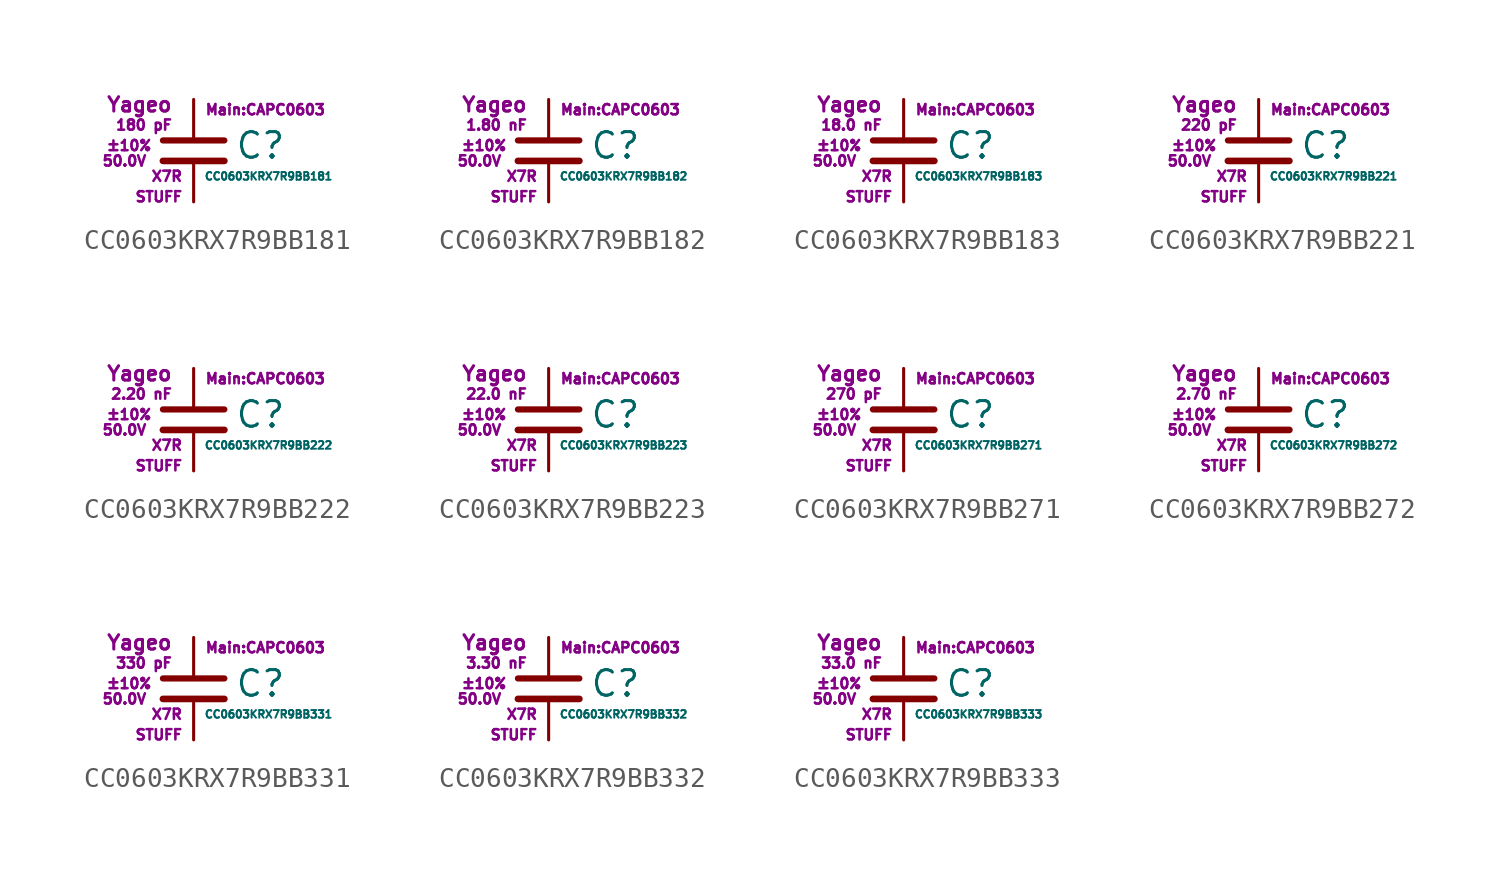
<source format=kicad_sym>
(kicad_symbol_lib
  (version 20211014)
  (generator kicad_symbol_editor)
  (symbol "CC0603KRX7R9BB181"
    (pin_numbers hide)
    (pin_names
      (offset 0.254) hide)
    (property "Reference" "C"
      (at 2.032 0.254 0)
      (effects (font (size 1.27 1.27)) (justify left)))
    (property "Value" "CC0603KRX7R9BB181"
      (at 0.508 -1.27 0)
      (effects (font (size 0.381 0.381)) (justify left)))
    (property "Footprint" "Main:CAPC0603"
      (at 3.556 2.032 0)
      (effects (font (size 0.508 0.508))))
    (property "Datasheet" ""
      (at 0.762 0.508 0)
      (effects (font (size 1.27 1.27))))
    (property "Manufacturer" "Yageo"
      (at -1.016 2.286 0)
      (effects (font (size 0.711 0.711)) (justify right)))
    (property "SKU" "STUFF"
      (at -0.508 -2.286 0)
      (effects (font (size 0.508 0.508)) (justify right)))
    (property "C" "180 pF"
      (at -1.016 1.27 0)
      (effects (font (size 0.508 0.508)) (justify right)))
    (property "Tol" "±10%"
      (at -2.032 0.254 0)
      (effects (font (size 0.508 0.508)) (justify right)))
    (property "Vmax" "50.0V"
      (at -2.286 -0.508 0)
      (effects (font (size 0.508 0.508)) (justify right)))
    (property "Type" "X7R"
      (at -0.508 -1.27 0)
      (effects (font (size 0.508 0.508)) (justify right)))
    (symbol "CC0603KRX7R9BB181_0_1"
      (polyline (pts (xy -1.524 -0.508) (xy 1.524 -0.508)) (stroke (width 0.33) (type default) (color 0 0 0 0)) (fill (type none)))
      (polyline (pts (xy -1.524 0.508) (xy 1.524 0.508)) (stroke (width 0.305) (type default) (color 0 0 0 0)) (fill (type none))))
    (symbol "CC0603KRX7R9BB181_1_1"
      (pin passive line (at 0 2.54 270) (length 1.905) (name "~" (effects (font (size 1.016 1.016)))) (number "1" (effects (font (size 1.016 1.016)))))
      (pin passive line (at 0 -2.54 90) (length 2.032) (name "~" (effects (font (size 1.016 1.016)))) (number "2" (effects (font (size 1.016 1.016)))))))
  (symbol "CC0603KRX7R9BB182"
    (pin_numbers hide)
    (pin_names
      (offset 0.254) hide)
    (property "Reference" "C"
      (at 2.032 0.254 0)
      (effects (font (size 1.27 1.27)) (justify left)))
    (property "Value" "CC0603KRX7R9BB182"
      (at 0.508 -1.27 0)
      (effects (font (size 0.381 0.381)) (justify left)))
    (property "Footprint" "Main:CAPC0603"
      (at 3.556 2.032 0)
      (effects (font (size 0.508 0.508))))
    (property "Datasheet" ""
      (at 0.762 0.508 0)
      (effects (font (size 1.27 1.27))))
    (property "Manufacturer" "Yageo"
      (at -1.016 2.286 0)
      (effects (font (size 0.711 0.711)) (justify right)))
    (property "SKU" "STUFF"
      (at -0.508 -2.286 0)
      (effects (font (size 0.508 0.508)) (justify right)))
    (property "C" "1.80 nF"
      (at -1.016 1.27 0)
      (effects (font (size 0.508 0.508)) (justify right)))
    (property "Tol" "±10%"
      (at -2.032 0.254 0)
      (effects (font (size 0.508 0.508)) (justify right)))
    (property "Vmax" "50.0V"
      (at -2.286 -0.508 0)
      (effects (font (size 0.508 0.508)) (justify right)))
    (property "Type" "X7R"
      (at -0.508 -1.27 0)
      (effects (font (size 0.508 0.508)) (justify right)))
    (symbol "CC0603KRX7R9BB182_0_1"
      (polyline (pts (xy -1.524 -0.508) (xy 1.524 -0.508)) (stroke (width 0.33) (type default) (color 0 0 0 0)) (fill (type none)))
      (polyline (pts (xy -1.524 0.508) (xy 1.524 0.508)) (stroke (width 0.305) (type default) (color 0 0 0 0)) (fill (type none))))
    (symbol "CC0603KRX7R9BB182_1_1"
      (pin passive line (at 0 2.54 270) (length 1.905) (name "~" (effects (font (size 1.016 1.016)))) (number "1" (effects (font (size 1.016 1.016)))))
      (pin passive line (at 0 -2.54 90) (length 2.032) (name "~" (effects (font (size 1.016 1.016)))) (number "2" (effects (font (size 1.016 1.016)))))))
  (symbol "CC0603KRX7R9BB183"
    (pin_numbers hide)
    (pin_names
      (offset 0.254) hide)
    (property "Reference" "C"
      (at 2.032 0.254 0)
      (effects (font (size 1.27 1.27)) (justify left)))
    (property "Value" "CC0603KRX7R9BB183"
      (at 0.508 -1.27 0)
      (effects (font (size 0.381 0.381)) (justify left)))
    (property "Footprint" "Main:CAPC0603"
      (at 3.556 2.032 0)
      (effects (font (size 0.508 0.508))))
    (property "Datasheet" ""
      (at 0.762 0.508 0)
      (effects (font (size 1.27 1.27))))
    (property "Manufacturer" "Yageo"
      (at -1.016 2.286 0)
      (effects (font (size 0.711 0.711)) (justify right)))
    (property "SKU" "STUFF"
      (at -0.508 -2.286 0)
      (effects (font (size 0.508 0.508)) (justify right)))
    (property "C" "18.0 nF"
      (at -1.016 1.27 0)
      (effects (font (size 0.508 0.508)) (justify right)))
    (property "Tol" "±10%"
      (at -2.032 0.254 0)
      (effects (font (size 0.508 0.508)) (justify right)))
    (property "Vmax" "50.0V"
      (at -2.286 -0.508 0)
      (effects (font (size 0.508 0.508)) (justify right)))
    (property "Type" "X7R"
      (at -0.508 -1.27 0)
      (effects (font (size 0.508 0.508)) (justify right)))
    (symbol "CC0603KRX7R9BB183_0_1"
      (polyline (pts (xy -1.524 -0.508) (xy 1.524 -0.508)) (stroke (width 0.33) (type default) (color 0 0 0 0)) (fill (type none)))
      (polyline (pts (xy -1.524 0.508) (xy 1.524 0.508)) (stroke (width 0.305) (type default) (color 0 0 0 0)) (fill (type none))))
    (symbol "CC0603KRX7R9BB183_1_1"
      (pin passive line (at 0 2.54 270) (length 1.905) (name "~" (effects (font (size 1.016 1.016)))) (number "1" (effects (font (size 1.016 1.016)))))
      (pin passive line (at 0 -2.54 90) (length 2.032) (name "~" (effects (font (size 1.016 1.016)))) (number "2" (effects (font (size 1.016 1.016)))))))
  (symbol "CC0603KRX7R9BB221"
    (pin_numbers hide)
    (pin_names
      (offset 0.254) hide)
    (property "Reference" "C"
      (at 2.032 0.254 0)
      (effects (font (size 1.27 1.27)) (justify left)))
    (property "Value" "CC0603KRX7R9BB221"
      (at 0.508 -1.27 0)
      (effects (font (size 0.381 0.381)) (justify left)))
    (property "Footprint" "Main:CAPC0603"
      (at 3.556 2.032 0)
      (effects (font (size 0.508 0.508))))
    (property "Datasheet" ""
      (at 0.762 0.508 0)
      (effects (font (size 1.27 1.27))))
    (property "Manufacturer" "Yageo"
      (at -1.016 2.286 0)
      (effects (font (size 0.711 0.711)) (justify right)))
    (property "SKU" "STUFF"
      (at -0.508 -2.286 0)
      (effects (font (size 0.508 0.508)) (justify right)))
    (property "C" "220 pF"
      (at -1.016 1.27 0)
      (effects (font (size 0.508 0.508)) (justify right)))
    (property "Tol" "±10%"
      (at -2.032 0.254 0)
      (effects (font (size 0.508 0.508)) (justify right)))
    (property "Vmax" "50.0V"
      (at -2.286 -0.508 0)
      (effects (font (size 0.508 0.508)) (justify right)))
    (property "Type" "X7R"
      (at -0.508 -1.27 0)
      (effects (font (size 0.508 0.508)) (justify right)))
    (symbol "CC0603KRX7R9BB221_0_1"
      (polyline (pts (xy -1.524 -0.508) (xy 1.524 -0.508)) (stroke (width 0.33) (type default) (color 0 0 0 0)) (fill (type none)))
      (polyline (pts (xy -1.524 0.508) (xy 1.524 0.508)) (stroke (width 0.305) (type default) (color 0 0 0 0)) (fill (type none))))
    (symbol "CC0603KRX7R9BB221_1_1"
      (pin passive line (at 0 2.54 270) (length 1.905) (name "~" (effects (font (size 1.016 1.016)))) (number "1" (effects (font (size 1.016 1.016)))))
      (pin passive line (at 0 -2.54 90) (length 2.032) (name "~" (effects (font (size 1.016 1.016)))) (number "2" (effects (font (size 1.016 1.016)))))))
  (symbol "CC0603KRX7R9BB222"
    (pin_numbers hide)
    (pin_names
      (offset 0.254) hide)
    (property "Reference" "C"
      (at 2.032 0.254 0)
      (effects (font (size 1.27 1.27)) (justify left)))
    (property "Value" "CC0603KRX7R9BB222"
      (at 0.508 -1.27 0)
      (effects (font (size 0.381 0.381)) (justify left)))
    (property "Footprint" "Main:CAPC0603"
      (at 3.556 2.032 0)
      (effects (font (size 0.508 0.508))))
    (property "Datasheet" ""
      (at 0.762 0.508 0)
      (effects (font (size 1.27 1.27))))
    (property "Manufacturer" "Yageo"
      (at -1.016 2.286 0)
      (effects (font (size 0.711 0.711)) (justify right)))
    (property "SKU" "STUFF"
      (at -0.508 -2.286 0)
      (effects (font (size 0.508 0.508)) (justify right)))
    (property "C" "2.20 nF"
      (at -1.016 1.27 0)
      (effects (font (size 0.508 0.508)) (justify right)))
    (property "Tol" "±10%"
      (at -2.032 0.254 0)
      (effects (font (size 0.508 0.508)) (justify right)))
    (property "Vmax" "50.0V"
      (at -2.286 -0.508 0)
      (effects (font (size 0.508 0.508)) (justify right)))
    (property "Type" "X7R"
      (at -0.508 -1.27 0)
      (effects (font (size 0.508 0.508)) (justify right)))
    (symbol "CC0603KRX7R9BB222_0_1"
      (polyline (pts (xy -1.524 -0.508) (xy 1.524 -0.508)) (stroke (width 0.33) (type default) (color 0 0 0 0)) (fill (type none)))
      (polyline (pts (xy -1.524 0.508) (xy 1.524 0.508)) (stroke (width 0.305) (type default) (color 0 0 0 0)) (fill (type none))))
    (symbol "CC0603KRX7R9BB222_1_1"
      (pin passive line (at 0 2.54 270) (length 1.905) (name "~" (effects (font (size 1.016 1.016)))) (number "1" (effects (font (size 1.016 1.016)))))
      (pin passive line (at 0 -2.54 90) (length 2.032) (name "~" (effects (font (size 1.016 1.016)))) (number "2" (effects (font (size 1.016 1.016)))))))
  (symbol "CC0603KRX7R9BB223"
    (pin_numbers hide)
    (pin_names
      (offset 0.254) hide)
    (property "Reference" "C"
      (at 2.032 0.254 0)
      (effects (font (size 1.27 1.27)) (justify left)))
    (property "Value" "CC0603KRX7R9BB223"
      (at 0.508 -1.27 0)
      (effects (font (size 0.381 0.381)) (justify left)))
    (property "Footprint" "Main:CAPC0603"
      (at 3.556 2.032 0)
      (effects (font (size 0.508 0.508))))
    (property "Datasheet" ""
      (at 0.762 0.508 0)
      (effects (font (size 1.27 1.27))))
    (property "Manufacturer" "Yageo"
      (at -1.016 2.286 0)
      (effects (font (size 0.711 0.711)) (justify right)))
    (property "SKU" "STUFF"
      (at -0.508 -2.286 0)
      (effects (font (size 0.508 0.508)) (justify right)))
    (property "C" "22.0 nF"
      (at -1.016 1.27 0)
      (effects (font (size 0.508 0.508)) (justify right)))
    (property "Tol" "±10%"
      (at -2.032 0.254 0)
      (effects (font (size 0.508 0.508)) (justify right)))
    (property "Vmax" "50.0V"
      (at -2.286 -0.508 0)
      (effects (font (size 0.508 0.508)) (justify right)))
    (property "Type" "X7R"
      (at -0.508 -1.27 0)
      (effects (font (size 0.508 0.508)) (justify right)))
    (symbol "CC0603KRX7R9BB223_0_1"
      (polyline (pts (xy -1.524 -0.508) (xy 1.524 -0.508)) (stroke (width 0.33) (type default) (color 0 0 0 0)) (fill (type none)))
      (polyline (pts (xy -1.524 0.508) (xy 1.524 0.508)) (stroke (width 0.305) (type default) (color 0 0 0 0)) (fill (type none))))
    (symbol "CC0603KRX7R9BB223_1_1"
      (pin passive line (at 0 2.54 270) (length 1.905) (name "~" (effects (font (size 1.016 1.016)))) (number "1" (effects (font (size 1.016 1.016)))))
      (pin passive line (at 0 -2.54 90) (length 2.032) (name "~" (effects (font (size 1.016 1.016)))) (number "2" (effects (font (size 1.016 1.016)))))))
  (symbol "CC0603KRX7R9BB271"
    (pin_numbers hide)
    (pin_names
      (offset 0.254) hide)
    (property "Reference" "C"
      (at 2.032 0.254 0)
      (effects (font (size 1.27 1.27)) (justify left)))
    (property "Value" "CC0603KRX7R9BB271"
      (at 0.508 -1.27 0)
      (effects (font (size 0.381 0.381)) (justify left)))
    (property "Footprint" "Main:CAPC0603"
      (at 3.556 2.032 0)
      (effects (font (size 0.508 0.508))))
    (property "Datasheet" ""
      (at 0.762 0.508 0)
      (effects (font (size 1.27 1.27))))
    (property "Manufacturer" "Yageo"
      (at -1.016 2.286 0)
      (effects (font (size 0.711 0.711)) (justify right)))
    (property "SKU" "STUFF"
      (at -0.508 -2.286 0)
      (effects (font (size 0.508 0.508)) (justify right)))
    (property "C" "270 pF"
      (at -1.016 1.27 0)
      (effects (font (size 0.508 0.508)) (justify right)))
    (property "Tol" "±10%"
      (at -2.032 0.254 0)
      (effects (font (size 0.508 0.508)) (justify right)))
    (property "Vmax" "50.0V"
      (at -2.286 -0.508 0)
      (effects (font (size 0.508 0.508)) (justify right)))
    (property "Type" "X7R"
      (at -0.508 -1.27 0)
      (effects (font (size 0.508 0.508)) (justify right)))
    (symbol "CC0603KRX7R9BB271_0_1"
      (polyline (pts (xy -1.524 -0.508) (xy 1.524 -0.508)) (stroke (width 0.33) (type default) (color 0 0 0 0)) (fill (type none)))
      (polyline (pts (xy -1.524 0.508) (xy 1.524 0.508)) (stroke (width 0.305) (type default) (color 0 0 0 0)) (fill (type none))))
    (symbol "CC0603KRX7R9BB271_1_1"
      (pin passive line (at 0 2.54 270) (length 1.905) (name "~" (effects (font (size 1.016 1.016)))) (number "1" (effects (font (size 1.016 1.016)))))
      (pin passive line (at 0 -2.54 90) (length 2.032) (name "~" (effects (font (size 1.016 1.016)))) (number "2" (effects (font (size 1.016 1.016)))))))
  (symbol "CC0603KRX7R9BB272"
    (pin_numbers hide)
    (pin_names
      (offset 0.254) hide)
    (property "Reference" "C"
      (at 2.032 0.254 0)
      (effects (font (size 1.27 1.27)) (justify left)))
    (property "Value" "CC0603KRX7R9BB272"
      (at 0.508 -1.27 0)
      (effects (font (size 0.381 0.381)) (justify left)))
    (property "Footprint" "Main:CAPC0603"
      (at 3.556 2.032 0)
      (effects (font (size 0.508 0.508))))
    (property "Datasheet" ""
      (at 0.762 0.508 0)
      (effects (font (size 1.27 1.27))))
    (property "Manufacturer" "Yageo"
      (at -1.016 2.286 0)
      (effects (font (size 0.711 0.711)) (justify right)))
    (property "SKU" "STUFF"
      (at -0.508 -2.286 0)
      (effects (font (size 0.508 0.508)) (justify right)))
    (property "C" "2.70 nF"
      (at -1.016 1.27 0)
      (effects (font (size 0.508 0.508)) (justify right)))
    (property "Tol" "±10%"
      (at -2.032 0.254 0)
      (effects (font (size 0.508 0.508)) (justify right)))
    (property "Vmax" "50.0V"
      (at -2.286 -0.508 0)
      (effects (font (size 0.508 0.508)) (justify right)))
    (property "Type" "X7R"
      (at -0.508 -1.27 0)
      (effects (font (size 0.508 0.508)) (justify right)))
    (symbol "CC0603KRX7R9BB272_0_1"
      (polyline (pts (xy -1.524 -0.508) (xy 1.524 -0.508)) (stroke (width 0.33) (type default) (color 0 0 0 0)) (fill (type none)))
      (polyline (pts (xy -1.524 0.508) (xy 1.524 0.508)) (stroke (width 0.305) (type default) (color 0 0 0 0)) (fill (type none))))
    (symbol "CC0603KRX7R9BB272_1_1"
      (pin passive line (at 0 2.54 270) (length 1.905) (name "~" (effects (font (size 1.016 1.016)))) (number "1" (effects (font (size 1.016 1.016)))))
      (pin passive line (at 0 -2.54 90) (length 2.032) (name "~" (effects (font (size 1.016 1.016)))) (number "2" (effects (font (size 1.016 1.016)))))))
  (symbol "CC0603KRX7R9BB331"
    (pin_numbers hide)
    (pin_names
      (offset 0.254) hide)
    (property "Reference" "C"
      (at 2.032 0.254 0)
      (effects (font (size 1.27 1.27)) (justify left)))
    (property "Value" "CC0603KRX7R9BB331"
      (at 0.508 -1.27 0)
      (effects (font (size 0.381 0.381)) (justify left)))
    (property "Footprint" "Main:CAPC0603"
      (at 3.556 2.032 0)
      (effects (font (size 0.508 0.508))))
    (property "Datasheet" ""
      (at 0.762 0.508 0)
      (effects (font (size 1.27 1.27))))
    (property "Manufacturer" "Yageo"
      (at -1.016 2.286 0)
      (effects (font (size 0.711 0.711)) (justify right)))
    (property "SKU" "STUFF"
      (at -0.508 -2.286 0)
      (effects (font (size 0.508 0.508)) (justify right)))
    (property "C" "330 pF"
      (at -1.016 1.27 0)
      (effects (font (size 0.508 0.508)) (justify right)))
    (property "Tol" "±10%"
      (at -2.032 0.254 0)
      (effects (font (size 0.508 0.508)) (justify right)))
    (property "Vmax" "50.0V"
      (at -2.286 -0.508 0)
      (effects (font (size 0.508 0.508)) (justify right)))
    (property "Type" "X7R"
      (at -0.508 -1.27 0)
      (effects (font (size 0.508 0.508)) (justify right)))
    (symbol "CC0603KRX7R9BB331_0_1"
      (polyline (pts (xy -1.524 -0.508) (xy 1.524 -0.508)) (stroke (width 0.33) (type default) (color 0 0 0 0)) (fill (type none)))
      (polyline (pts (xy -1.524 0.508) (xy 1.524 0.508)) (stroke (width 0.305) (type default) (color 0 0 0 0)) (fill (type none))))
    (symbol "CC0603KRX7R9BB331_1_1"
      (pin passive line (at 0 2.54 270) (length 1.905) (name "~" (effects (font (size 1.016 1.016)))) (number "1" (effects (font (size 1.016 1.016)))))
      (pin passive line (at 0 -2.54 90) (length 2.032) (name "~" (effects (font (size 1.016 1.016)))) (number "2" (effects (font (size 1.016 1.016)))))))
  (symbol "CC0603KRX7R9BB332"
    (pin_numbers hide)
    (pin_names
      (offset 0.254) hide)
    (property "Reference" "C"
      (at 2.032 0.254 0)
      (effects (font (size 1.27 1.27)) (justify left)))
    (property "Value" "CC0603KRX7R9BB332"
      (at 0.508 -1.27 0)
      (effects (font (size 0.381 0.381)) (justify left)))
    (property "Footprint" "Main:CAPC0603"
      (at 3.556 2.032 0)
      (effects (font (size 0.508 0.508))))
    (property "Datasheet" ""
      (at 0.762 0.508 0)
      (effects (font (size 1.27 1.27))))
    (property "Manufacturer" "Yageo"
      (at -1.016 2.286 0)
      (effects (font (size 0.711 0.711)) (justify right)))
    (property "SKU" "STUFF"
      (at -0.508 -2.286 0)
      (effects (font (size 0.508 0.508)) (justify right)))
    (property "C" "3.30 nF"
      (at -1.016 1.27 0)
      (effects (font (size 0.508 0.508)) (justify right)))
    (property "Tol" "±10%"
      (at -2.032 0.254 0)
      (effects (font (size 0.508 0.508)) (justify right)))
    (property "Vmax" "50.0V"
      (at -2.286 -0.508 0)
      (effects (font (size 0.508 0.508)) (justify right)))
    (property "Type" "X7R"
      (at -0.508 -1.27 0)
      (effects (font (size 0.508 0.508)) (justify right)))
    (symbol "CC0603KRX7R9BB332_0_1"
      (polyline (pts (xy -1.524 -0.508) (xy 1.524 -0.508)) (stroke (width 0.33) (type default) (color 0 0 0 0)) (fill (type none)))
      (polyline (pts (xy -1.524 0.508) (xy 1.524 0.508)) (stroke (width 0.305) (type default) (color 0 0 0 0)) (fill (type none))))
    (symbol "CC0603KRX7R9BB332_1_1"
      (pin passive line (at 0 2.54 270) (length 1.905) (name "~" (effects (font (size 1.016 1.016)))) (number "1" (effects (font (size 1.016 1.016)))))
      (pin passive line (at 0 -2.54 90) (length 2.032) (name "~" (effects (font (size 1.016 1.016)))) (number "2" (effects (font (size 1.016 1.016)))))))
  (symbol "CC0603KRX7R9BB333"
    (pin_numbers hide)
    (pin_names
      (offset 0.254) hide)
    (property "Reference" "C"
      (at 2.032 0.254 0)
      (effects (font (size 1.27 1.27)) (justify left)))
    (property "Value" "CC0603KRX7R9BB333"
      (at 0.508 -1.27 0)
      (effects (font (size 0.381 0.381)) (justify left)))
    (property "Footprint" "Main:CAPC0603"
      (at 3.556 2.032 0)
      (effects (font (size 0.508 0.508))))
    (property "Datasheet" ""
      (at 0.762 0.508 0)
      (effects (font (size 1.27 1.27))))
    (property "Manufacturer" "Yageo"
      (at -1.016 2.286 0)
      (effects (font (size 0.711 0.711)) (justify right)))
    (property "SKU" "STUFF"
      (at -0.508 -2.286 0)
      (effects (font (size 0.508 0.508)) (justify right)))
    (property "C" "33.0 nF"
      (at -1.016 1.27 0)
      (effects (font (size 0.508 0.508)) (justify right)))
    (property "Tol" "±10%"
      (at -2.032 0.254 0)
      (effects (font (size 0.508 0.508)) (justify right)))
    (property "Vmax" "50.0V"
      (at -2.286 -0.508 0)
      (effects (font (size 0.508 0.508)) (justify right)))
    (property "Type" "X7R"
      (at -0.508 -1.27 0)
      (effects (font (size 0.508 0.508)) (justify right)))
    (symbol "CC0603KRX7R9BB333_0_1"
      (polyline (pts (xy -1.524 -0.508) (xy 1.524 -0.508)) (stroke (width 0.33) (type default) (color 0 0 0 0)) (fill (type none)))
      (polyline (pts (xy -1.524 0.508) (xy 1.524 0.508)) (stroke (width 0.305) (type default) (color 0 0 0 0)) (fill (type none))))
    (symbol "CC0603KRX7R9BB333_1_1"
      (pin passive line (at 0 2.54 270) (length 1.905) (name "~" (effects (font (size 1.016 1.016)))) (number "1" (effects (font (size 1.016 1.016)))))
      (pin passive line (at 0 -2.54 90) (length 2.032) (name "~" (effects (font (size 1.016 1.016)))) (number "2" (effects (font (size 1.016 1.016))))))))
</source>
